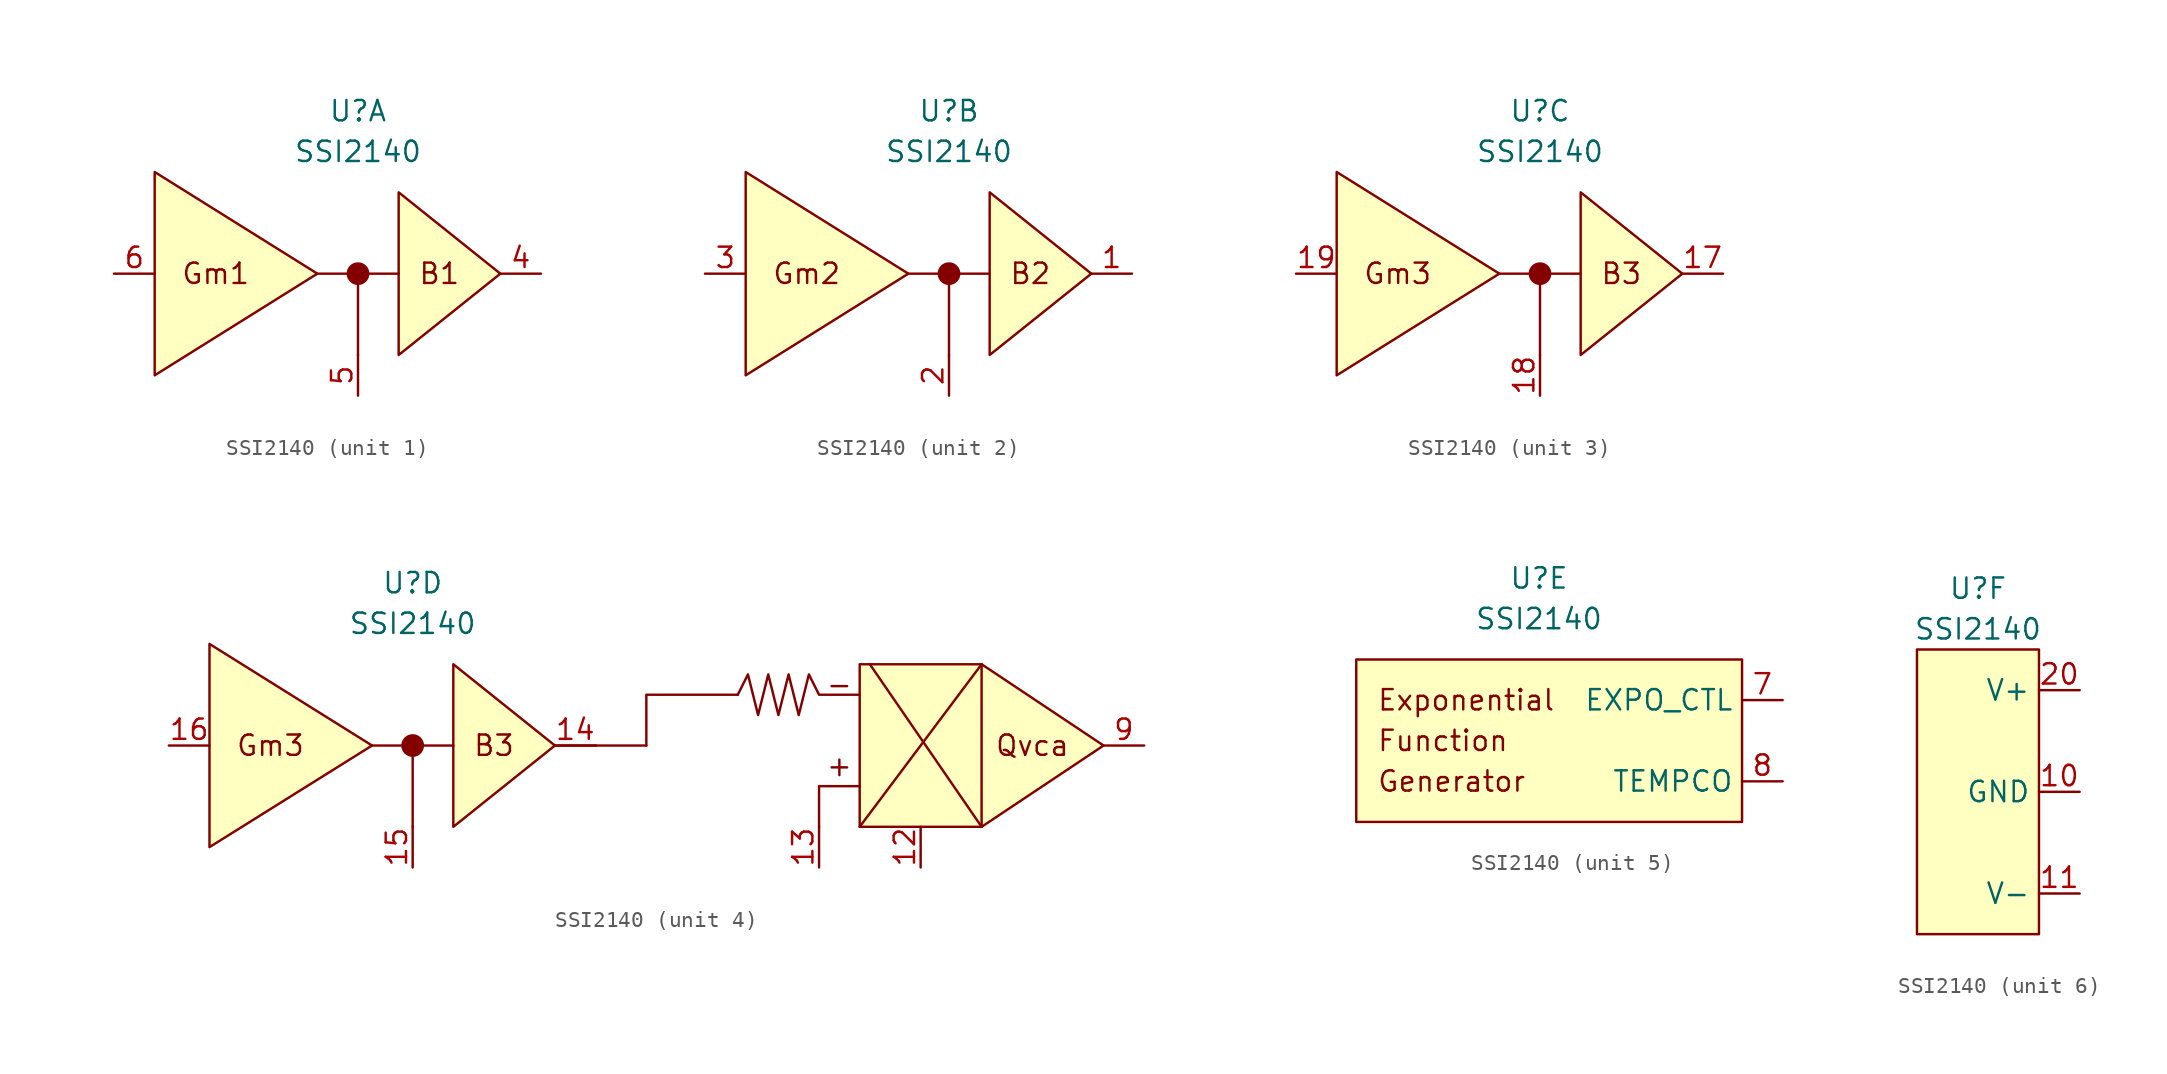
<source format=kicad_sym>
(kicad_symbol_lib
  (version 20211014)
  (generator kicad_symbol_editor)
  (symbol "SSI2140"
    (property "Reference" "U"
      (at 0 10.16 0)
      (effects (font (size 1.27 1.27))))
    (property "Value" "SSI2140"
      (at 0 7.62 0)
      (effects (font (size 1.27 1.27))))
    (property "ki_locked" ""
      (at 0 0 0)
      (effects (font (size 1.27 1.27))))
    (symbol "SSI2140_1_0"
      (polyline (pts (xy 0 0) (xy -2.54 0)) (stroke (width 0) (type default) (color 0 0 0 0)) (fill (type none)))
      (polyline (pts (xy 0 -5.08) (xy 0 0) (xy 2.54 0)) (stroke (width 0) (type default) (color 0 0 0 0)) (fill (type none)))
      (polyline (pts (xy -2.54 0) (xy -12.7 6.35) (xy -12.7 -6.35) (xy -2.54 0)) (stroke (width 0) (type default) (color 0 0 0 0)) (fill (type background)))
      (text "B1" (at 5.08 0 0) (effects (font (size 1.27 1.27))))
      (text "Gm1" (at -8.89 0 0) (effects (font (size 1.27 1.27)))))
    (symbol "SSI2140_1_1"
      (polyline (pts (xy 8.89 0) (xy 2.54 5.08) (xy 2.54 -5.08) (xy 8.89 0)) (stroke (width 0) (type default) (color 0 0 0 0)) (fill (type background)))
      (circle (center 0 0) (radius 0.635) (stroke (width 0) (type default) (color 0 0 0 0)) (fill (type outline)))
      (pin output line (at 11.43 0 180) (length 2.54) (name "" (effects (font (size 1.27 1.27)))) (number "4" (effects (font (size 1.27 1.27)))))
      (pin input line (at 0 -7.62 90) (length 2.54) (name "" (effects (font (size 1.27 1.27)))) (number "5" (effects (font (size 1.27 1.27)))))
      (pin input line (at -15.24 0 0) (length 2.54) (name "" (effects (font (size 1.27 1.27)))) (number "6" (effects (font (size 1.27 1.27))))))
    (symbol "SSI2140_2_0"
      (polyline (pts (xy 0 0) (xy -2.54 0)) (stroke (width 0) (type default) (color 0 0 0 0)) (fill (type none)))
      (polyline (pts (xy 0 -5.08) (xy 0 0) (xy 2.54 0)) (stroke (width 0) (type default) (color 0 0 0 0)) (fill (type none)))
      (polyline (pts (xy -2.54 0) (xy -12.7 6.35) (xy -12.7 -6.35) (xy -2.54 0)) (stroke (width 0) (type default) (color 0 0 0 0)) (fill (type background)))
      (text "B2" (at 5.08 0 0) (effects (font (size 1.27 1.27))))
      (text "Gm2" (at -8.89 0 0) (effects (font (size 1.27 1.27)))))
    (symbol "SSI2140_2_1"
      (polyline (pts (xy 8.89 0) (xy 2.54 5.08) (xy 2.54 -5.08) (xy 8.89 0)) (stroke (width 0) (type default) (color 0 0 0 0)) (fill (type background)))
      (circle (center 0 0) (radius 0.635) (stroke (width 0) (type default) (color 0 0 0 0)) (fill (type outline)))
      (pin output line (at 11.43 0 180) (length 2.54) (name "" (effects (font (size 1.27 1.27)))) (number "1" (effects (font (size 1.27 1.27)))))
      (pin input line (at 0 -7.62 90) (length 2.54) (name "" (effects (font (size 1.27 1.27)))) (number "2" (effects (font (size 1.27 1.27)))))
      (pin input line (at -15.24 0 0) (length 2.54) (name "" (effects (font (size 1.27 1.27)))) (number "3" (effects (font (size 1.27 1.27))))))
    (symbol "SSI2140_3_0"
      (polyline (pts (xy 0 0) (xy -2.54 0)) (stroke (width 0) (type default) (color 0 0 0 0)) (fill (type none)))
      (polyline (pts (xy 0 -5.08) (xy 0 0) (xy 2.54 0)) (stroke (width 0) (type default) (color 0 0 0 0)) (fill (type none)))
      (polyline (pts (xy -2.54 0) (xy -12.7 6.35) (xy -12.7 -6.35) (xy -2.54 0)) (stroke (width 0) (type default) (color 0 0 0 0)) (fill (type background)))
      (text "B3" (at 5.08 0 0) (effects (font (size 1.27 1.27))))
      (text "Gm3" (at -8.89 0 0) (effects (font (size 1.27 1.27)))))
    (symbol "SSI2140_3_1"
      (polyline (pts (xy 8.89 0) (xy 2.54 5.08) (xy 2.54 -5.08) (xy 8.89 0)) (stroke (width 0) (type default) (color 0 0 0 0)) (fill (type background)))
      (circle (center 0 0) (radius 0.635) (stroke (width 0) (type default) (color 0 0 0 0)) (fill (type outline)))
      (pin output line (at 11.43 0 180) (length 2.54) (name "" (effects (font (size 1.27 1.27)))) (number "17" (effects (font (size 1.27 1.27)))))
      (pin input line (at 0 -7.62 90) (length 2.54) (name "" (effects (font (size 1.27 1.27)))) (number "18" (effects (font (size 1.27 1.27)))))
      (pin input line (at -15.24 0 0) (length 2.54) (name "" (effects (font (size 1.27 1.27)))) (number "19" (effects (font (size 1.27 1.27))))))
    (symbol "SSI2140_4_0"
      (polyline (pts (xy 0 0) (xy -2.54 0)) (stroke (width 0) (type default) (color 0 0 0 0)) (fill (type none)))
      (polyline (pts (xy 27.94 -5.08) (xy 35.56 5.08)) (stroke (width 0) (type default) (color 0 0 0 0)) (fill (type none)))
      (polyline (pts (xy 35.56 -5.08) (xy 28.575 5.08)) (stroke (width 0) (type default) (color 0 0 0 0)) (fill (type none)))
      (polyline (pts (xy 0 -5.08) (xy 0 0) (xy 2.54 0)) (stroke (width 0) (type default) (color 0 0 0 0)) (fill (type none)))
      (polyline (pts (xy 11.43 0) (xy 11.43 0) (xy 8.89 0)) (stroke (width 0) (type default) (color 0 0 0 0)) (fill (type none)))
      (polyline (pts (xy 20.32 3.175) (xy 14.605 3.175) (xy 14.605 0)) (stroke (width 0) (type default) (color 0 0 0 0)) (fill (type none)))
      (polyline (pts (xy 25.4 -5.08) (xy 25.4 -2.54) (xy 27.94 -2.54)) (stroke (width 0) (type default) (color 0 0 0 0)) (fill (type none)))
      (polyline (pts (xy -2.54 0) (xy -12.7 6.35) (xy -12.7 -6.35) (xy -2.54 0)) (stroke (width 0) (type default) (color 0 0 0 0)) (fill (type background)))
      (polyline (pts (xy 35.56 5.08) (xy 27.94 5.08) (xy 27.94 -5.08) (xy 35.56 -5.08)) (stroke (width 0) (type default) (color 0 0 0 0)) (fill (type background)))
      (polyline (pts (xy 43.18 0) (xy 35.56 5.08) (xy 35.56 -5.08) (xy 43.18 0)) (stroke (width 0) (type default) (color 0 0 0 0)) (fill (type background)))
      (polyline (pts (xy 20.32 3.175) (xy 20.955 4.445) (xy 21.59 1.905) (xy 22.225 4.445) (xy 22.86 1.905) (xy 23.495 4.445) (xy 24.13 1.905) (xy 24.765 4.445) (xy 25.4 3.175) (xy 27.94 3.175)) (stroke (width 0) (type default) (color 0 0 0 0)) (fill (type none)))
      (text "+" (at 26.67 -1.27 0) (effects (font (size 1.27 1.27))))
      (text "-" (at 26.67 3.81 0) (effects (font (size 1.27 1.27))))
      (text "B3" (at 5.08 0 0) (effects (font (size 1.27 1.27))))
      (text "Gm3" (at -8.89 0 0) (effects (font (size 1.27 1.27))))
      (text "Qvca" (at 38.735 0 0) (effects (font (size 1.27 1.27)))))
    (symbol "SSI2140_4_1"
      (polyline (pts (xy 11.43 0) (xy 14.605 0)) (stroke (width 0) (type default) (color 0 0 0 0)) (fill (type none)))
      (polyline (pts (xy 8.89 0) (xy 2.54 5.08) (xy 2.54 -5.08) (xy 8.89 0)) (stroke (width 0) (type default) (color 0 0 0 0)) (fill (type background)))
      (circle (center 0 0) (radius 0.635) (stroke (width 0) (type default) (color 0 0 0 0)) (fill (type outline)))
      (pin input line (at 31.75 -7.62 90) (length 2.54) (name "" (effects (font (size 1.27 1.27)))) (number "12" (effects (font (size 1.27 1.27)))))
      (pin input line (at 25.4 -7.62 90) (length 2.54) (name "" (effects (font (size 1.27 1.27)))) (number "13" (effects (font (size 1.27 1.27)))))
      (pin output line (at 11.43 0 180) (length 2.54) (name "" (effects (font (size 1.27 1.27)))) (number "14" (effects (font (size 1.27 1.27)))))
      (pin input line (at 0 -7.62 90) (length 2.54) (name "" (effects (font (size 1.27 1.27)))) (number "15" (effects (font (size 1.27 1.27)))))
      (pin input line (at -15.24 0 0) (length 2.54) (name "" (effects (font (size 1.27 1.27)))) (number "16" (effects (font (size 1.27 1.27)))))
      (pin output line (at 45.72 0 180) (length 2.54) (name "" (effects (font (size 1.27 1.27)))) (number "9" (effects (font (size 1.27 1.27))))))
    (symbol "SSI2140_5_0"
      (text "Exponential" (at -10.16 2.54 0) (effects (font (size 1.27 1.27)) (justify left)))
      (text "Function" (at -10.16 0 0) (effects (font (size 1.27 1.27)) (justify left)))
      (text "Generator" (at -10.16 -2.54 0) (effects (font (size 1.27 1.27)) (justify left))))
    (symbol "SSI2140_5_1"
      (rectangle (start -11.43 5.08) (end 12.7 -5.08) (stroke (width 0) (type default) (color 0 0 0 0)) (fill (type background)))
      (pin input line (at 15.24 2.54 180) (length 2.54) (name "EXPO_CTL" (effects (font (size 1.27 1.27)))) (number "7" (effects (font (size 1.27 1.27)))))
      (pin input line (at 15.24 -2.54 180) (length 2.54) (name "TEMPCO" (effects (font (size 1.27 1.27)))) (number "8" (effects (font (size 1.27 1.27))))))
    (symbol "SSI2140_6_0"
      (rectangle (start -3.81 6.35) (end 3.81 -11.43) (stroke (width 0) (type default) (color 0 0 0 0)) (fill (type background))))
    (symbol "SSI2140_6_1"
      (pin power_in line (at 6.35 -2.54 180) (length 2.54) (name "GND" (effects (font (size 1.27 1.27)))) (number "10" (effects (font (size 1.27 1.27)))))
      (pin power_in line (at 6.35 -8.89 180) (length 2.54) (name "V-" (effects (font (size 1.27 1.27)))) (number "11" (effects (font (size 1.27 1.27)))))
      (pin power_in line (at 6.35 3.81 180) (length 2.54) (name "V+" (effects (font (size 1.27 1.27)))) (number "20" (effects (font (size 1.27 1.27))))))))
</source>
